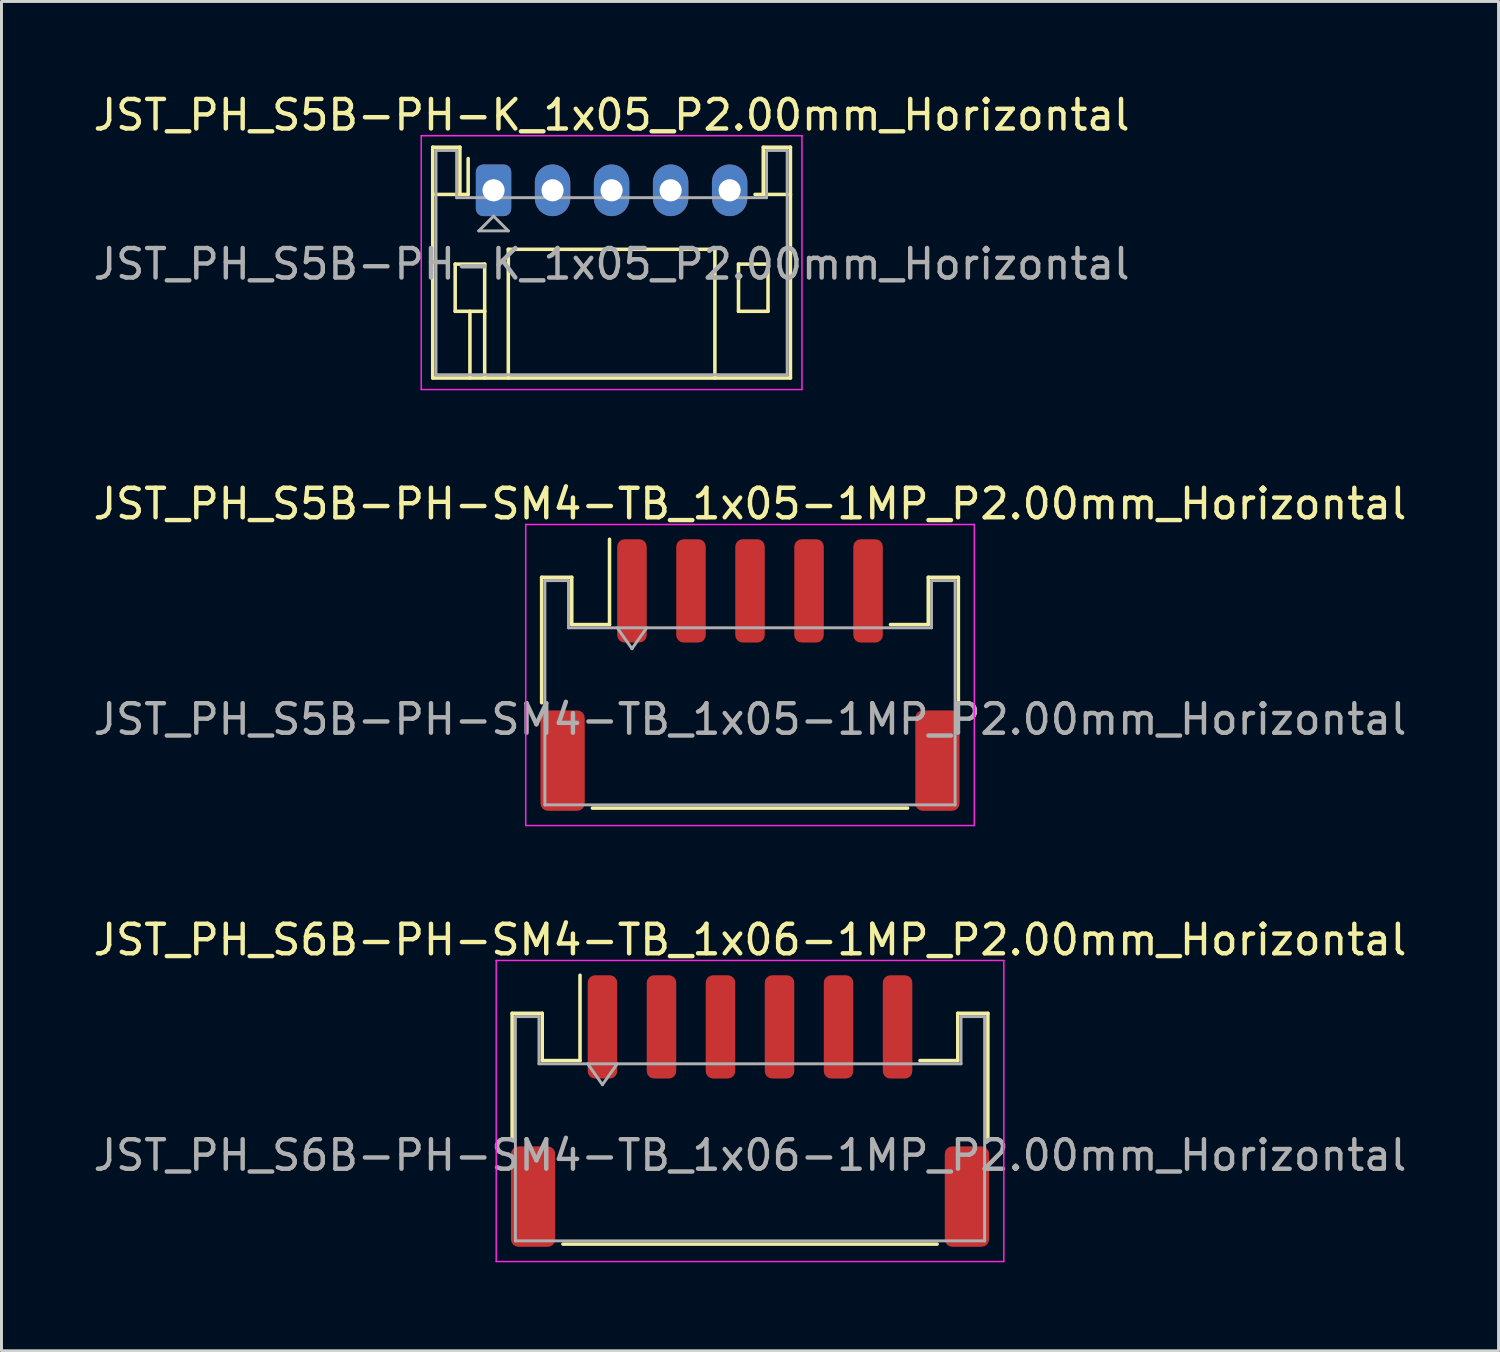
<source format=kicad_pcb>
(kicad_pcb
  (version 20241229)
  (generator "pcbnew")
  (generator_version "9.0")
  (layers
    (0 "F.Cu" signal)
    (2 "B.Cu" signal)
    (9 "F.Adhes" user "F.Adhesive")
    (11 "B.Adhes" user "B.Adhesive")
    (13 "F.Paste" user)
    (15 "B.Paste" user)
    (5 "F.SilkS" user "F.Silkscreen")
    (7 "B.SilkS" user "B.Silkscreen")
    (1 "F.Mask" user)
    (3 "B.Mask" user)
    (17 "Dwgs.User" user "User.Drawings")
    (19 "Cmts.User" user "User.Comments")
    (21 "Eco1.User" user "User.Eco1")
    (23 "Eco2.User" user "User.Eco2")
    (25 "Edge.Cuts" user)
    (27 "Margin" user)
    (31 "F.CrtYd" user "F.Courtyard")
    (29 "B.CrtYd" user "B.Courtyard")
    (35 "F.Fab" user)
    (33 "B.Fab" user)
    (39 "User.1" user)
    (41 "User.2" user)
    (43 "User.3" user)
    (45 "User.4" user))
  (footprint "JST_PH_S5B-PH-K_1x05_P2.00mm_Horizontal"
    (layer "F.Cu")
    (at 13.673 3.398)
    (property "Reference" "JST_PH_S5B-PH-K_1x05_P2.00mm_Horizontal" (at 4 -2.55 0) (layer "F.SilkS") (effects (font (size 1 1) (thickness 0.15))))
    (attr through_hole)
    (fp_line (start -2.06 -1.46) (end -2.06 6.36) (stroke (width 0.12) (type solid)) (layer "F.SilkS"))
    (fp_line (start -2.06 0.14) (end -1.14 0.14) (stroke (width 0.12) (type solid)) (layer "F.SilkS"))
    (fp_line (start -2.06 6.36) (end 10.06 6.36) (stroke (width 0.12) (type solid)) (layer "F.SilkS"))
    (fp_line (start -1.3 2.5) (end -1.3 4.1) (stroke (width 0.12) (type solid)) (layer "F.SilkS"))
    (fp_line (start -1.3 4.1) (end -0.3 4.1) (stroke (width 0.12) (type solid)) (layer "F.SilkS"))
    (fp_line (start -1.14 -1.46) (end -2.06 -1.46) (stroke (width 0.12) (type solid)) (layer "F.SilkS"))
    (fp_line (start -1.14 0.14) (end -1.14 -1.46) (stroke (width 0.12) (type solid)) (layer "F.SilkS"))
    (fp_line (start -0.86 0.14) (end -1.14 0.14) (stroke (width 0.12) (type solid)) (layer "F.SilkS"))
    (fp_line (start -0.86 0.14) (end -0.86 -1.075) (stroke (width 0.12) (type solid)) (layer "F.SilkS"))
    (fp_line (start -0.8 4.1) (end -0.8 6.36) (stroke (width 0.12) (type solid)) (layer "F.SilkS"))
    (fp_line (start -0.3 2.5) (end -1.3 2.5) (stroke (width 0.12) (type solid)) (layer "F.SilkS"))
    (fp_line (start -0.3 4.1) (end -0.3 2.5) (stroke (width 0.12) (type solid)) (layer "F.SilkS"))
    (fp_line (start -0.3 4.1) (end -0.3 6.36) (stroke (width 0.12) (type solid)) (layer "F.SilkS"))
    (fp_line (start 0.5 2) (end 7.5 2) (stroke (width 0.12) (type solid)) (layer "F.SilkS"))
    (fp_line (start 0.5 6.36) (end 0.5 2) (stroke (width 0.12) (type solid)) (layer "F.SilkS"))
    (fp_line (start 7.5 2) (end 7.5 6.36) (stroke (width 0.12) (type solid)) (layer "F.SilkS"))
    (fp_line (start 8.3 2.5) (end 9.3 2.5) (stroke (width 0.12) (type solid)) (layer "F.SilkS"))
    (fp_line (start 8.3 4.1) (end 8.3 2.5) (stroke (width 0.12) (type solid)) (layer "F.SilkS"))
    (fp_line (start 9.14 -1.46) (end 9.14 0.14) (stroke (width 0.12) (type solid)) (layer "F.SilkS"))
    (fp_line (start 9.14 0.14) (end 8.86 0.14) (stroke (width 0.12) (type solid)) (layer "F.SilkS"))
    (fp_line (start 9.3 2.5) (end 9.3 4.1) (stroke (width 0.12) (type solid)) (layer "F.SilkS"))
    (fp_line (start 9.3 4.1) (end 8.3 4.1) (stroke (width 0.12) (type solid)) (layer "F.SilkS"))
    (fp_line (start 10.06 -1.46) (end 9.14 -1.46) (stroke (width 0.12) (type solid)) (layer "F.SilkS"))
    (fp_line (start 10.06 0.14) (end 9.14 0.14) (stroke (width 0.12) (type solid)) (layer "F.SilkS"))
    (fp_line (start 10.06 6.36) (end 10.06 -1.46) (stroke (width 0.12) (type solid)) (layer "F.SilkS"))
    (fp_line (start -2.45 -1.85) (end -2.45 6.75) (stroke (width 0.05) (type solid)) (layer "F.CrtYd"))
    (fp_line (start -2.45 6.75) (end 10.45 6.75) (stroke (width 0.05) (type solid)) (layer "F.CrtYd"))
    (fp_line (start 10.45 -1.85) (end -2.45 -1.85) (stroke (width 0.05) (type solid)) (layer "F.CrtYd"))
    (fp_line (start 10.45 6.75) (end 10.45 -1.85) (stroke (width 0.05) (type solid)) (layer "F.CrtYd"))
    (fp_line (start -1.95 -1.35) (end -1.95 6.25) (stroke (width 0.1) (type solid)) (layer "F.Fab"))
    (fp_line (start -1.95 6.25) (end 9.95 6.25) (stroke (width 0.1) (type solid)) (layer "F.Fab"))
    (fp_line (start -1.25 -1.35) (end -1.95 -1.35) (stroke (width 0.1) (type solid)) (layer "F.Fab"))
    (fp_line (start -1.25 0.25) (end -1.25 -1.35) (stroke (width 0.1) (type solid)) (layer "F.Fab"))
    (fp_line (start -0.5 1.375) (end 0.5 1.375) (stroke (width 0.1) (type solid)) (layer "F.Fab"))
    (fp_line (start 0 0.875) (end -0.5 1.375) (stroke (width 0.1) (type solid)) (layer "F.Fab"))
    (fp_line (start 0.5 1.375) (end 0 0.875) (stroke (width 0.1) (type solid)) (layer "F.Fab"))
    (fp_line (start 9.25 -1.35) (end 9.25 0.25) (stroke (width 0.1) (type solid)) (layer "F.Fab"))
    (fp_line (start 9.25 0.25) (end -1.25 0.25) (stroke (width 0.1) (type solid)) (layer "F.Fab"))
    (fp_line (start 9.95 -1.35) (end 9.25 -1.35) (stroke (width 0.1) (type solid)) (layer "F.Fab"))
    (fp_line (start 9.95 6.25) (end 9.95 -1.35) (stroke (width 0.1) (type solid)) (layer "F.Fab"))
    (fp_text user "${REFERENCE}" (at 4 2.5 0) (layer "F.Fab") (effects (font (size 1 1) (thickness 0.15))))
    (pad "1" thru_hole roundrect (at 0 0) (size 1.2 1.75) (drill 0.75) (layers "*.Cu" "*.Mask") (roundrect_rratio 0.208))
    (pad "2" thru_hole oval (at 2 0) (size 1.2 1.75) (drill 0.75) (layers "*.Cu" "*.Mask"))
    (pad "3" thru_hole oval (at 4 0) (size 1.2 1.75) (drill 0.75) (layers "*.Cu" "*.Mask"))
    (pad "4" thru_hole oval (at 6 0) (size 1.2 1.75) (drill 0.75) (layers "*.Cu" "*.Mask"))
    (pad "5" thru_hole oval (at 8 0) (size 1.2 1.75) (drill 0.75) (layers "*.Cu" "*.Mask")))
  (footprint "JST_PH_S5B-PH-SM4-TB_1x05-1MP_P2.00mm_Horizontal"
    (layer "F.Cu")
    (at 22.363 19.822)
    (property "Reference" "JST_PH_S5B-PH-SM4-TB_1x05-1MP_P2.00mm_Horizontal" (at 0 -5.8 0) (layer "F.SilkS") (effects (font (size 1 1) (thickness 0.15))))
    (attr smd)
    (fp_line (start -7.06 -3.31) (end -6.04 -3.31) (stroke (width 0.12) (type solid)) (layer "F.SilkS"))
    (fp_line (start -7.06 0.94) (end -7.06 -3.31) (stroke (width 0.12) (type solid)) (layer "F.SilkS"))
    (fp_line (start -6.04 -3.31) (end -6.04 -1.71) (stroke (width 0.12) (type solid)) (layer "F.SilkS"))
    (fp_line (start -6.04 -1.71) (end -4.76 -1.71) (stroke (width 0.12) (type solid)) (layer "F.SilkS"))
    (fp_line (start -5.34 4.51) (end 5.34 4.51) (stroke (width 0.12) (type solid)) (layer "F.SilkS"))
    (fp_line (start -4.76 -1.71) (end -4.76 -4.6) (stroke (width 0.12) (type solid)) (layer "F.SilkS"))
    (fp_line (start 6.04 -3.31) (end 6.04 -1.71) (stroke (width 0.12) (type solid)) (layer "F.SilkS"))
    (fp_line (start 6.04 -1.71) (end 4.76 -1.71) (stroke (width 0.12) (type solid)) (layer "F.SilkS"))
    (fp_line (start 7.06 -3.31) (end 6.04 -3.31) (stroke (width 0.12) (type solid)) (layer "F.SilkS"))
    (fp_line (start 7.06 0.94) (end 7.06 -3.31) (stroke (width 0.12) (type solid)) (layer "F.SilkS"))
    (fp_line (start -7.6 -5.1) (end -7.6 5.1) (stroke (width 0.05) (type solid)) (layer "F.CrtYd"))
    (fp_line (start -7.6 5.1) (end 7.6 5.1) (stroke (width 0.05) (type solid)) (layer "F.CrtYd"))
    (fp_line (start 7.6 -5.1) (end -7.6 -5.1) (stroke (width 0.05) (type solid)) (layer "F.CrtYd"))
    (fp_line (start 7.6 5.1) (end 7.6 -5.1) (stroke (width 0.05) (type solid)) (layer "F.CrtYd"))
    (fp_line (start -6.95 -3.2) (end -6.95 4.4) (stroke (width 0.1) (type solid)) (layer "F.Fab"))
    (fp_line (start -6.95 -3.2) (end -6.15 -3.2) (stroke (width 0.1) (type solid)) (layer "F.Fab"))
    (fp_line (start -6.95 4.4) (end 6.95 4.4) (stroke (width 0.1) (type solid)) (layer "F.Fab"))
    (fp_line (start -6.15 -3.2) (end -6.15 -1.6) (stroke (width 0.1) (type solid)) (layer "F.Fab"))
    (fp_line (start -6.15 -1.6) (end 6.15 -1.6) (stroke (width 0.1) (type solid)) (layer "F.Fab"))
    (fp_line (start -4.5 -1.6) (end -4 -0.893) (stroke (width 0.1) (type solid)) (layer "F.Fab"))
    (fp_line (start -4 -0.893) (end -3.5 -1.6) (stroke (width 0.1) (type solid)) (layer "F.Fab"))
    (fp_line (start 6.15 -3.2) (end 6.95 -3.2) (stroke (width 0.1) (type solid)) (layer "F.Fab"))
    (fp_line (start 6.15 -1.6) (end 6.15 -3.2) (stroke (width 0.1) (type solid)) (layer "F.Fab"))
    (fp_line (start 6.95 -3.2) (end 6.95 4.4) (stroke (width 0.1) (type solid)) (layer "F.Fab"))
    (fp_text user "${REFERENCE}" (at 0 1.5 0) (layer "F.Fab") (effects (font (size 1 1) (thickness 0.15))))
    (pad "1" smd roundrect (at -4 -2.85) (size 1 3.5) (layers "F.Cu" "F.Mask" "F.Paste") (roundrect_rratio 0.25))
    (pad "2" smd roundrect (at -2 -2.85) (size 1 3.5) (layers "F.Cu" "F.Mask" "F.Paste") (roundrect_rratio 0.25))
    (pad "3" smd roundrect (at 0 -2.85) (size 1 3.5) (layers "F.Cu" "F.Mask" "F.Paste") (roundrect_rratio 0.25))
    (pad "4" smd roundrect (at 2 -2.85) (size 1 3.5) (layers "F.Cu" "F.Mask" "F.Paste") (roundrect_rratio 0.25))
    (pad "5" smd roundrect (at 4 -2.85) (size 1 3.5) (layers "F.Cu" "F.Mask" "F.Paste") (roundrect_rratio 0.25))
    (pad "MP" smd roundrect (at -6.35 2.9) (size 1.5 3.4) (layers "F.Cu" "F.Mask" "F.Paste") (roundrect_rratio 0.167))
    (pad "MP" smd roundrect (at 6.35 2.9) (size 1.5 3.4) (layers "F.Cu" "F.Mask" "F.Paste") (roundrect_rratio 0.167)))
  (footprint "JST_PH_S6B-PH-SM4-TB_1x06-1MP_P2.00mm_Horizontal"
    (layer "F.Cu")
    (at 22.363 34.595)
    (property "Reference" "JST_PH_S6B-PH-SM4-TB_1x06-1MP_P2.00mm_Horizontal" (at 0 -5.8 0) (layer "F.SilkS") (effects (font (size 1 1) (thickness 0.15))))
    (attr smd)
    (fp_line (start -8.06 -3.31) (end -7.04 -3.31) (stroke (width 0.12) (type solid)) (layer "F.SilkS"))
    (fp_line (start -8.06 0.94) (end -8.06 -3.31) (stroke (width 0.12) (type solid)) (layer "F.SilkS"))
    (fp_line (start -7.04 -3.31) (end -7.04 -1.71) (stroke (width 0.12) (type solid)) (layer "F.SilkS"))
    (fp_line (start -7.04 -1.71) (end -5.76 -1.71) (stroke (width 0.12) (type solid)) (layer "F.SilkS"))
    (fp_line (start -6.34 4.51) (end 6.34 4.51) (stroke (width 0.12) (type solid)) (layer "F.SilkS"))
    (fp_line (start -5.76 -1.71) (end -5.76 -4.6) (stroke (width 0.12) (type solid)) (layer "F.SilkS"))
    (fp_line (start 7.04 -3.31) (end 7.04 -1.71) (stroke (width 0.12) (type solid)) (layer "F.SilkS"))
    (fp_line (start 7.04 -1.71) (end 5.76 -1.71) (stroke (width 0.12) (type solid)) (layer "F.SilkS"))
    (fp_line (start 8.06 -3.31) (end 7.04 -3.31) (stroke (width 0.12) (type solid)) (layer "F.SilkS"))
    (fp_line (start 8.06 0.94) (end 8.06 -3.31) (stroke (width 0.12) (type solid)) (layer "F.SilkS"))
    (fp_line (start -8.6 -5.1) (end -8.6 5.1) (stroke (width 0.05) (type solid)) (layer "F.CrtYd"))
    (fp_line (start -8.6 5.1) (end 8.6 5.1) (stroke (width 0.05) (type solid)) (layer "F.CrtYd"))
    (fp_line (start 8.6 -5.1) (end -8.6 -5.1) (stroke (width 0.05) (type solid)) (layer "F.CrtYd"))
    (fp_line (start 8.6 5.1) (end 8.6 -5.1) (stroke (width 0.05) (type solid)) (layer "F.CrtYd"))
    (fp_line (start -7.95 -3.2) (end -7.95 4.4) (stroke (width 0.1) (type solid)) (layer "F.Fab"))
    (fp_line (start -7.95 -3.2) (end -7.15 -3.2) (stroke (width 0.1) (type solid)) (layer "F.Fab"))
    (fp_line (start -7.95 4.4) (end 7.95 4.4) (stroke (width 0.1) (type solid)) (layer "F.Fab"))
    (fp_line (start -7.15 -3.2) (end -7.15 -1.6) (stroke (width 0.1) (type solid)) (layer "F.Fab"))
    (fp_line (start -7.15 -1.6) (end 7.15 -1.6) (stroke (width 0.1) (type solid)) (layer "F.Fab"))
    (fp_line (start -5.5 -1.6) (end -5 -0.893) (stroke (width 0.1) (type solid)) (layer "F.Fab"))
    (fp_line (start -5 -0.893) (end -4.5 -1.6) (stroke (width 0.1) (type solid)) (layer "F.Fab"))
    (fp_line (start 7.15 -3.2) (end 7.95 -3.2) (stroke (width 0.1) (type solid)) (layer "F.Fab"))
    (fp_line (start 7.15 -1.6) (end 7.15 -3.2) (stroke (width 0.1) (type solid)) (layer "F.Fab"))
    (fp_line (start 7.95 -3.2) (end 7.95 4.4) (stroke (width 0.1) (type solid)) (layer "F.Fab"))
    (fp_text user "${REFERENCE}" (at 0 1.5 0) (layer "F.Fab") (effects (font (size 1 1) (thickness 0.15))))
    (pad "1" smd roundrect (at -5 -2.85) (size 1 3.5) (layers "F.Cu" "F.Mask" "F.Paste") (roundrect_rratio 0.25))
    (pad "2" smd roundrect (at -3 -2.85) (size 1 3.5) (layers "F.Cu" "F.Mask" "F.Paste") (roundrect_rratio 0.25))
    (pad "3" smd roundrect (at -1 -2.85) (size 1 3.5) (layers "F.Cu" "F.Mask" "F.Paste") (roundrect_rratio 0.25))
    (pad "4" smd roundrect (at 1 -2.85) (size 1 3.5) (layers "F.Cu" "F.Mask" "F.Paste") (roundrect_rratio 0.25))
    (pad "5" smd roundrect (at 3 -2.85) (size 1 3.5) (layers "F.Cu" "F.Mask" "F.Paste") (roundrect_rratio 0.25))
    (pad "6" smd roundrect (at 5 -2.85) (size 1 3.5) (layers "F.Cu" "F.Mask" "F.Paste") (roundrect_rratio 0.25))
    (pad "MP" smd roundrect (at -7.35 2.9) (size 1.5 3.4) (layers "F.Cu" "F.Mask" "F.Paste") (roundrect_rratio 0.167))
    (pad "MP" smd roundrect (at 7.35 2.9) (size 1.5 3.4) (layers "F.Cu" "F.Mask" "F.Paste") (roundrect_rratio 0.167)))
  (gr_rect
    (start -3 -3)
    (end 47.726 42.72)
    (stroke (width 0.1) (type default))
    (fill no)
    (layer "Edge.Cuts")))
</source>
